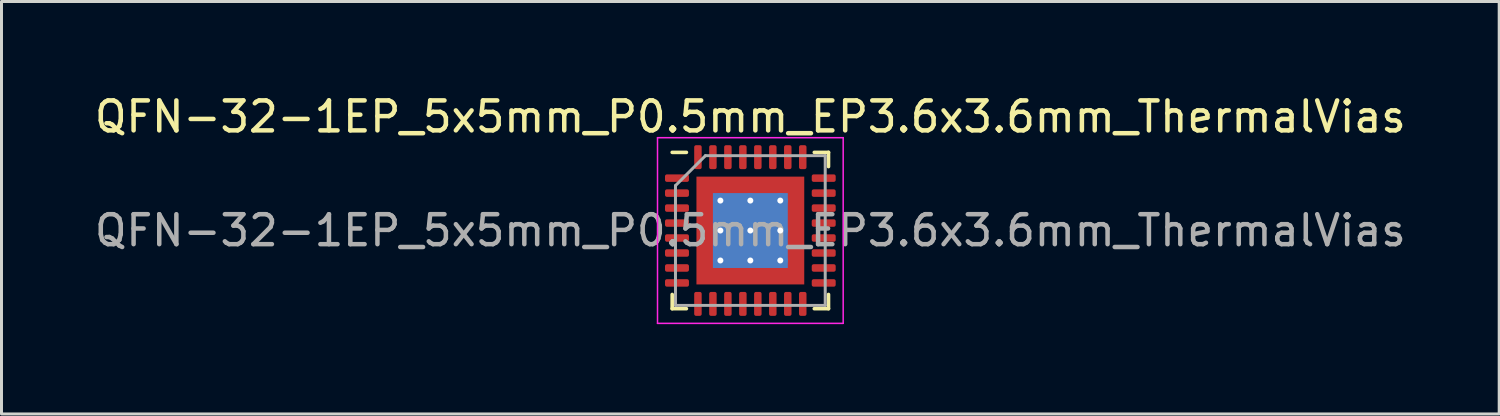
<source format=kicad_pcb>
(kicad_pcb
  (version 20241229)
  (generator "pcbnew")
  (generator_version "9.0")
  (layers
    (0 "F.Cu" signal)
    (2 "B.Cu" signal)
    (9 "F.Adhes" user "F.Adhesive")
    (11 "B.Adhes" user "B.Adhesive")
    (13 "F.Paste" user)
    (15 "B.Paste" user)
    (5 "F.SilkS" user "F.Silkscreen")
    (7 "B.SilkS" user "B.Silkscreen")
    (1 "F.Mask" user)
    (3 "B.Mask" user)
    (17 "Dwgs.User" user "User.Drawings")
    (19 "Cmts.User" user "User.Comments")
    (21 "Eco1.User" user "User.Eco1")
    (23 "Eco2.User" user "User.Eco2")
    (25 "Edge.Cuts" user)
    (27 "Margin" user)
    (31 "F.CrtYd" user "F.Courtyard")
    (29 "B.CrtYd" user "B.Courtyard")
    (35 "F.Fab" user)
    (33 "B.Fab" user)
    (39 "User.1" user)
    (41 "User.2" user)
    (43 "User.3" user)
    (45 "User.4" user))
  (footprint "QFN-32-1EP_5x5mm_P0.5mm_EP3.6x3.6mm_ThermalVias"
    (layer "F.Cu")
    (at 22.006 4.648)
    (property "Reference" "QFN-32-1EP_5x5mm_P0.5mm_EP3.6x3.6mm_ThermalVias" (at 0 -3.8 0) (layer "F.SilkS") (effects (font (size 1 1) (thickness 0.15))))
    (attr smd)
    (fp_line (start -2.61 2.61) (end -2.61 2.135) (stroke (width 0.12) (type solid)) (layer "F.SilkS"))
    (fp_line (start -2.135 -2.61) (end -2.61 -2.61) (stroke (width 0.12) (type solid)) (layer "F.SilkS"))
    (fp_line (start -2.135 2.61) (end -2.61 2.61) (stroke (width 0.12) (type solid)) (layer "F.SilkS"))
    (fp_line (start 2.135 -2.61) (end 2.61 -2.61) (stroke (width 0.12) (type solid)) (layer "F.SilkS"))
    (fp_line (start 2.135 2.61) (end 2.61 2.61) (stroke (width 0.12) (type solid)) (layer "F.SilkS"))
    (fp_line (start 2.61 -2.61) (end 2.61 -2.135) (stroke (width 0.12) (type solid)) (layer "F.SilkS"))
    (fp_line (start 2.61 2.61) (end 2.61 2.135) (stroke (width 0.12) (type solid)) (layer "F.SilkS"))
    (fp_line (start -3.1 -3.1) (end -3.1 3.1) (stroke (width 0.05) (type solid)) (layer "F.CrtYd"))
    (fp_line (start -3.1 3.1) (end 3.1 3.1) (stroke (width 0.05) (type solid)) (layer "F.CrtYd"))
    (fp_line (start 3.1 -3.1) (end -3.1 -3.1) (stroke (width 0.05) (type solid)) (layer "F.CrtYd"))
    (fp_line (start 3.1 3.1) (end 3.1 -3.1) (stroke (width 0.05) (type solid)) (layer "F.CrtYd"))
    (fp_line (start -2.5 -1.5) (end -1.5 -2.5) (stroke (width 0.1) (type solid)) (layer "F.Fab"))
    (fp_line (start -2.5 2.5) (end -2.5 -1.5) (stroke (width 0.1) (type solid)) (layer "F.Fab"))
    (fp_line (start -1.5 -2.5) (end 2.5 -2.5) (stroke (width 0.1) (type solid)) (layer "F.Fab"))
    (fp_line (start 2.5 -2.5) (end 2.5 2.5) (stroke (width 0.1) (type solid)) (layer "F.Fab"))
    (fp_line (start 2.5 2.5) (end -2.5 2.5) (stroke (width 0.1) (type solid)) (layer "F.Fab"))
    (fp_text user "${REFERENCE}" (at 0 0 0) (layer "F.Fab") (effects (font (size 1 1) (thickness 0.15))))
    (pad "" smd custom (at -1.4 -1.4) (size 0.555 0.555) (layers "F.Paste") (options (anchor circle)) (primitives (gr_poly (pts (xy -0.232 -0.232) (xy 0.232 -0.232) (xy 0.232 0.157) (xy 0.157 0.232) (xy -0.232 0.232)) (width 0.181) (fill yes))))
    (pad "" smd custom (at -1.4 -0.5) (size 0.568 0.568) (layers "F.Paste") (options (anchor circle)) (primitives (gr_poly (pts (xy -0.246 -0.326) (xy 0.182 -0.326) (xy 0.246 -0.263) (xy 0.246 0.263) (xy 0.182 0.326) (xy -0.246 0.326)) (width 0.153) (fill yes))))
    (pad "" smd custom (at -1.4 0.5) (size 0.568 0.568) (layers "F.Paste") (options (anchor circle)) (primitives (gr_poly (pts (xy -0.246 -0.326) (xy 0.182 -0.326) (xy 0.246 -0.263) (xy 0.246 0.263) (xy 0.182 0.326) (xy -0.246 0.326)) (width 0.153) (fill yes))))
    (pad "" smd custom (at -1.4 1.4) (size 0.555 0.555) (layers "F.Paste") (options (anchor circle)) (primitives (gr_poly (pts (xy -0.232 -0.232) (xy 0.157 -0.232) (xy 0.232 -0.157) (xy 0.232 0.232) (xy -0.232 0.232)) (width 0.181) (fill yes))))
    (pad "" smd custom (at -0.5 -1.4) (size 0.568 0.568) (layers "F.Paste") (options (anchor circle)) (primitives (gr_poly (pts (xy -0.326 -0.246) (xy 0.326 -0.246) (xy 0.326 0.182) (xy 0.263 0.246) (xy -0.263 0.246) (xy -0.326 0.182)) (width 0.153) (fill yes))))
    (pad "" smd roundrect (at -0.5 -0.5) (size 0.806 0.806) (layers "F.Paste") (roundrect_rratio 0.25))
    (pad "" smd roundrect (at -0.5 0.5) (size 0.806 0.806) (layers "F.Paste") (roundrect_rratio 0.25))
    (pad "" smd custom (at -0.5 1.4) (size 0.568 0.568) (layers "F.Paste") (options (anchor circle)) (primitives (gr_poly (pts (xy -0.326 -0.182) (xy -0.263 -0.246) (xy 0.263 -0.246) (xy 0.326 -0.182) (xy 0.326 0.246) (xy -0.326 0.246)) (width 0.153) (fill yes))))
    (pad "" smd custom (at 0.5 -1.4) (size 0.568 0.568) (layers "F.Paste") (options (anchor circle)) (primitives (gr_poly (pts (xy -0.326 -0.246) (xy 0.326 -0.246) (xy 0.326 0.182) (xy 0.263 0.246) (xy -0.263 0.246) (xy -0.326 0.182)) (width 0.153) (fill yes))))
    (pad "" smd roundrect (at 0.5 -0.5) (size 0.806 0.806) (layers "F.Paste") (roundrect_rratio 0.25))
    (pad "" smd roundrect (at 0.5 0.5) (size 0.806 0.806) (layers "F.Paste") (roundrect_rratio 0.25))
    (pad "" smd custom (at 0.5 1.4) (size 0.568 0.568) (layers "F.Paste") (options (anchor circle)) (primitives (gr_poly (pts (xy -0.326 -0.182) (xy -0.263 -0.246) (xy 0.263 -0.246) (xy 0.326 -0.182) (xy 0.326 0.246) (xy -0.326 0.246)) (width 0.153) (fill yes))))
    (pad "" smd custom (at 1.4 -1.4) (size 0.555 0.555) (layers "F.Paste") (options (anchor circle)) (primitives (gr_poly (pts (xy -0.232 -0.232) (xy 0.232 -0.232) (xy 0.232 0.232) (xy -0.157 0.232) (xy -0.232 0.157)) (width 0.181) (fill yes))))
    (pad "" smd custom (at 1.4 -0.5) (size 0.568 0.568) (layers "F.Paste") (options (anchor circle)) (primitives (gr_poly (pts (xy -0.246 -0.263) (xy -0.182 -0.326) (xy 0.246 -0.326) (xy 0.246 0.326) (xy -0.182 0.326) (xy -0.246 0.263)) (width 0.153) (fill yes))))
    (pad "" smd custom (at 1.4 0.5) (size 0.568 0.568) (layers "F.Paste") (options (anchor circle)) (primitives (gr_poly (pts (xy -0.246 -0.263) (xy -0.182 -0.326) (xy 0.246 -0.326) (xy 0.246 0.326) (xy -0.182 0.326) (xy -0.246 0.263)) (width 0.153) (fill yes))))
    (pad "" smd custom (at 1.4 1.4) (size 0.555 0.555) (layers "F.Paste") (options (anchor circle)) (primitives (gr_poly (pts (xy -0.232 -0.157) (xy -0.157 -0.232) (xy 0.232 -0.232) (xy 0.232 0.232) (xy -0.232 0.232)) (width 0.181) (fill yes))))
    (pad "1" smd roundrect (at -2.45 -1.75) (size 0.8 0.25) (layers "F.Cu" "F.Mask" "F.Paste") (roundrect_rratio 0.25))
    (pad "2" smd roundrect (at -2.45 -1.25) (size 0.8 0.25) (layers "F.Cu" "F.Mask" "F.Paste") (roundrect_rratio 0.25))
    (pad "3" smd roundrect (at -2.45 -0.75) (size 0.8 0.25) (layers "F.Cu" "F.Mask" "F.Paste") (roundrect_rratio 0.25))
    (pad "4" smd roundrect (at -2.45 -0.25) (size 0.8 0.25) (layers "F.Cu" "F.Mask" "F.Paste") (roundrect_rratio 0.25))
    (pad "5" smd roundrect (at -2.45 0.25) (size 0.8 0.25) (layers "F.Cu" "F.Mask" "F.Paste") (roundrect_rratio 0.25))
    (pad "6" smd roundrect (at -2.45 0.75) (size 0.8 0.25) (layers "F.Cu" "F.Mask" "F.Paste") (roundrect_rratio 0.25))
    (pad "7" smd roundrect (at -2.45 1.25) (size 0.8 0.25) (layers "F.Cu" "F.Mask" "F.Paste") (roundrect_rratio 0.25))
    (pad "8" smd roundrect (at -2.45 1.75) (size 0.8 0.25) (layers "F.Cu" "F.Mask" "F.Paste") (roundrect_rratio 0.25))
    (pad "9" smd roundrect (at -1.75 2.45) (size 0.25 0.8) (layers "F.Cu" "F.Mask" "F.Paste") (roundrect_rratio 0.25))
    (pad "10" smd roundrect (at -1.25 2.45) (size 0.25 0.8) (layers "F.Cu" "F.Mask" "F.Paste") (roundrect_rratio 0.25))
    (pad "11" smd roundrect (at -0.75 2.45) (size 0.25 0.8) (layers "F.Cu" "F.Mask" "F.Paste") (roundrect_rratio 0.25))
    (pad "12" smd roundrect (at -0.25 2.45) (size 0.25 0.8) (layers "F.Cu" "F.Mask" "F.Paste") (roundrect_rratio 0.25))
    (pad "13" smd roundrect (at 0.25 2.45) (size 0.25 0.8) (layers "F.Cu" "F.Mask" "F.Paste") (roundrect_rratio 0.25))
    (pad "14" smd roundrect (at 0.75 2.45) (size 0.25 0.8) (layers "F.Cu" "F.Mask" "F.Paste") (roundrect_rratio 0.25))
    (pad "15" smd roundrect (at 1.25 2.45) (size 0.25 0.8) (layers "F.Cu" "F.Mask" "F.Paste") (roundrect_rratio 0.25))
    (pad "16" smd roundrect (at 1.75 2.45) (size 0.25 0.8) (layers "F.Cu" "F.Mask" "F.Paste") (roundrect_rratio 0.25))
    (pad "17" smd roundrect (at 2.45 1.75) (size 0.8 0.25) (layers "F.Cu" "F.Mask" "F.Paste") (roundrect_rratio 0.25))
    (pad "18" smd roundrect (at 2.45 1.25) (size 0.8 0.25) (layers "F.Cu" "F.Mask" "F.Paste") (roundrect_rratio 0.25))
    (pad "19" smd roundrect (at 2.45 0.75) (size 0.8 0.25) (layers "F.Cu" "F.Mask" "F.Paste") (roundrect_rratio 0.25))
    (pad "20" smd roundrect (at 2.45 0.25) (size 0.8 0.25) (layers "F.Cu" "F.Mask" "F.Paste") (roundrect_rratio 0.25))
    (pad "21" smd roundrect (at 2.45 -0.25) (size 0.8 0.25) (layers "F.Cu" "F.Mask" "F.Paste") (roundrect_rratio 0.25))
    (pad "22" smd roundrect (at 2.45 -0.75) (size 0.8 0.25) (layers "F.Cu" "F.Mask" "F.Paste") (roundrect_rratio 0.25))
    (pad "23" smd roundrect (at 2.45 -1.25) (size 0.8 0.25) (layers "F.Cu" "F.Mask" "F.Paste") (roundrect_rratio 0.25))
    (pad "24" smd roundrect (at 2.45 -1.75) (size 0.8 0.25) (layers "F.Cu" "F.Mask" "F.Paste") (roundrect_rratio 0.25))
    (pad "25" smd roundrect (at 1.75 -2.45) (size 0.25 0.8) (layers "F.Cu" "F.Mask" "F.Paste") (roundrect_rratio 0.25))
    (pad "26" smd roundrect (at 1.25 -2.45) (size 0.25 0.8) (layers "F.Cu" "F.Mask" "F.Paste") (roundrect_rratio 0.25))
    (pad "27" smd roundrect (at 0.75 -2.45) (size 0.25 0.8) (layers "F.Cu" "F.Mask" "F.Paste") (roundrect_rratio 0.25))
    (pad "28" smd roundrect (at 0.25 -2.45) (size 0.25 0.8) (layers "F.Cu" "F.Mask" "F.Paste") (roundrect_rratio 0.25))
    (pad "29" smd roundrect (at -0.25 -2.45) (size 0.25 0.8) (layers "F.Cu" "F.Mask" "F.Paste") (roundrect_rratio 0.25))
    (pad "30" smd roundrect (at -0.75 -2.45) (size 0.25 0.8) (layers "F.Cu" "F.Mask" "F.Paste") (roundrect_rratio 0.25))
    (pad "31" smd roundrect (at -1.25 -2.45) (size 0.25 0.8) (layers "F.Cu" "F.Mask" "F.Paste") (roundrect_rratio 0.25))
    (pad "32" smd roundrect (at -1.75 -2.45) (size 0.25 0.8) (layers "F.Cu" "F.Mask" "F.Paste") (roundrect_rratio 0.25))
    (pad "33" thru_hole circle (at -1 -1) (size 0.5 0.5) (drill 0.2) (layers "*.Cu"))
    (pad "33" thru_hole circle (at -1 0) (size 0.5 0.5) (drill 0.2) (layers "*.Cu"))
    (pad "33" thru_hole circle (at -1 1) (size 0.5 0.5) (drill 0.2) (layers "*.Cu"))
    (pad "33" thru_hole circle (at 0 -1) (size 0.5 0.5) (drill 0.2) (layers "*.Cu"))
    (pad "33" thru_hole circle (at 0 0) (size 0.5 0.5) (drill 0.2) (layers "*.Cu"))
    (pad "33" smd rect (at 0 0) (size 2.5 2.5) (layers "B.Cu"))
    (pad "33" smd rect (at 0 0) (size 3.6 3.6) (layers "F.Cu" "F.Mask"))
    (pad "33" thru_hole circle (at 0 1) (size 0.5 0.5) (drill 0.2) (layers "*.Cu"))
    (pad "33" thru_hole circle (at 1 -1) (size 0.5 0.5) (drill 0.2) (layers "*.Cu"))
    (pad "33" thru_hole circle (at 1 0) (size 0.5 0.5) (drill 0.2) (layers "*.Cu"))
    (pad "33" thru_hole circle (at 1 1) (size 0.5 0.5) (drill 0.2) (layers "*.Cu")))
  (gr_rect
    (start -3 -3)
    (end 47.012 10.773)
    (stroke (width 0.1) (type default))
    (fill no)
    (layer "Edge.Cuts")))
</source>
